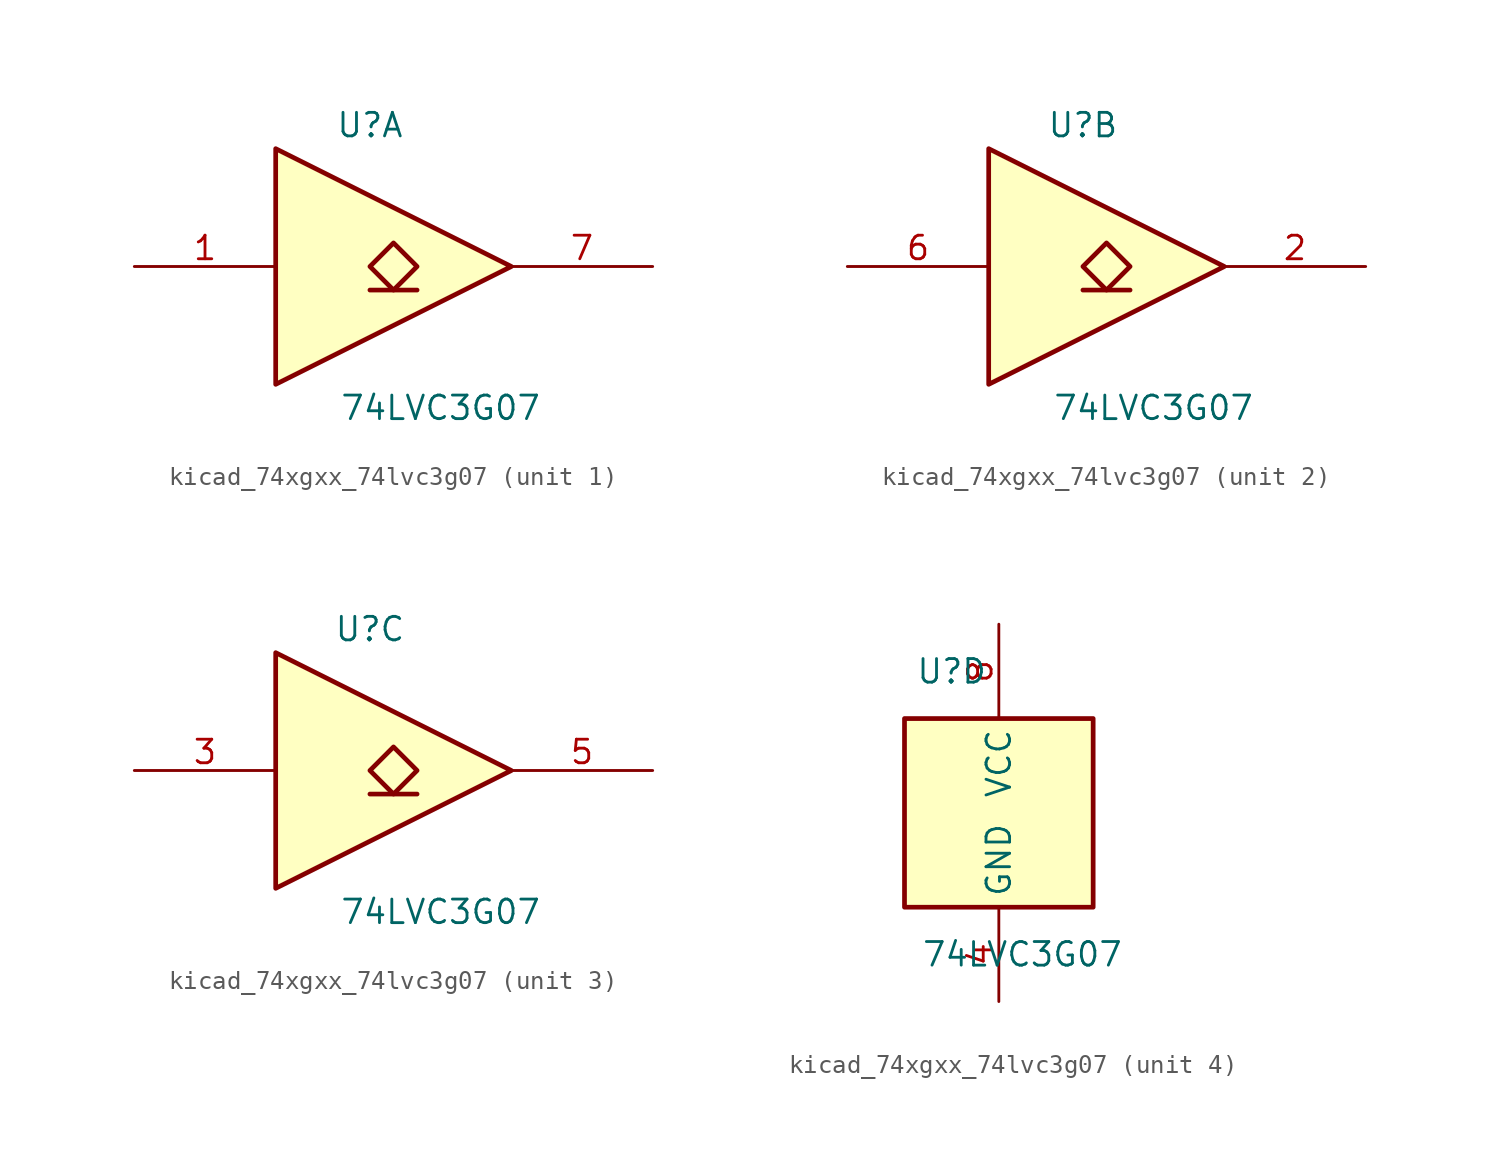
<source format=kicad_sym>
(kicad_symbol_lib
  (version 20220914)
  (generator kicad_symbol_editor)
  (symbol "kicad_74xgxx_74lvc3g07"
    (property "Reference" "U"
      (at -2.54 7.62 0)
      (effects (font (size 1.27 1.27))))
    (property "Value" "74LVC3G07"
      (at 1.27 -7.62 0)
      (effects (font (size 1.27 1.27))))
    (symbol "kicad_74xgxx_74lvc3g07_1_1"
      (polyline (pts (xy -2.54 -1.27) (xy 0 -1.27)) (stroke (width 0.254) (type default)) (fill (type background)))
      (polyline (pts (xy -7.62 6.35) (xy -7.62 -6.35) (xy 5.08 0) (xy -7.62 6.35)) (stroke (width 0.254) (type default)) (fill (type background)))
      (polyline (pts (xy -1.27 1.27) (xy -2.54 0) (xy -1.27 -1.27) (xy 0 0) (xy -1.27 1.27)) (stroke (width 0.254) (type default)) (fill (type background)))
      (pin input line (at -15.24 0 0) (length 7.62) (name "~" (effects (font (size 1.27 1.27)))) (number "1" (effects (font (size 1.27 1.27)))))
      (pin open_collector line (at 12.7 0 180) (length 7.62) (name "~" (effects (font (size 1.27 1.27)))) (number "7" (effects (font (size 1.27 1.27))))))
    (symbol "kicad_74xgxx_74lvc3g07_2_1"
      (polyline (pts (xy -2.54 -1.27) (xy 0 -1.27)) (stroke (width 0.254) (type default)) (fill (type background)))
      (polyline (pts (xy -7.62 6.35) (xy -7.62 -6.35) (xy 5.08 0) (xy -7.62 6.35)) (stroke (width 0.254) (type default)) (fill (type background)))
      (polyline (pts (xy -1.27 1.27) (xy -2.54 0) (xy -1.27 -1.27) (xy 0 0) (xy -1.27 1.27)) (stroke (width 0.254) (type default)) (fill (type background)))
      (pin open_collector line (at 12.7 0 180) (length 7.62) (name "~" (effects (font (size 1.27 1.27)))) (number "2" (effects (font (size 1.27 1.27)))))
      (pin input line (at -15.24 0 0) (length 7.62) (name "~" (effects (font (size 1.27 1.27)))) (number "6" (effects (font (size 1.27 1.27))))))
    (symbol "kicad_74xgxx_74lvc3g07_3_1"
      (polyline (pts (xy -2.54 -1.27) (xy 0 -1.27)) (stroke (width 0.254) (type default)) (fill (type background)))
      (polyline (pts (xy -7.62 6.35) (xy -7.62 -6.35) (xy 5.08 0) (xy -7.62 6.35)) (stroke (width 0.254) (type default)) (fill (type background)))
      (polyline (pts (xy -1.27 1.27) (xy -2.54 0) (xy -1.27 -1.27) (xy 0 0) (xy -1.27 1.27)) (stroke (width 0.254) (type default)) (fill (type background)))
      (pin input line (at -15.24 0 0) (length 7.62) (name "~" (effects (font (size 1.27 1.27)))) (number "3" (effects (font (size 1.27 1.27)))))
      (pin open_collector line (at 12.7 0 180) (length 7.62) (name "~" (effects (font (size 1.27 1.27)))) (number "5" (effects (font (size 1.27 1.27))))))
    (symbol "kicad_74xgxx_74lvc3g07_4_0"
      (rectangle (start -5.08 -5.08) (end 5.08 5.08) (stroke (width 0.254) (type default)) (fill (type background))))
    (symbol "kicad_74xgxx_74lvc3g07_4_1"
      (pin power_in line (at 0 -10.16 90) (length 5.08) (name "GND" (effects (font (size 1.27 1.27)))) (number "4" (effects (font (size 1.27 1.27)))))
      (pin power_in line (at 0 10.16 270) (length 5.08) (name "VCC" (effects (font (size 1.27 1.27)))) (number "8" (effects (font (size 1.27 1.27))))))))
</source>
